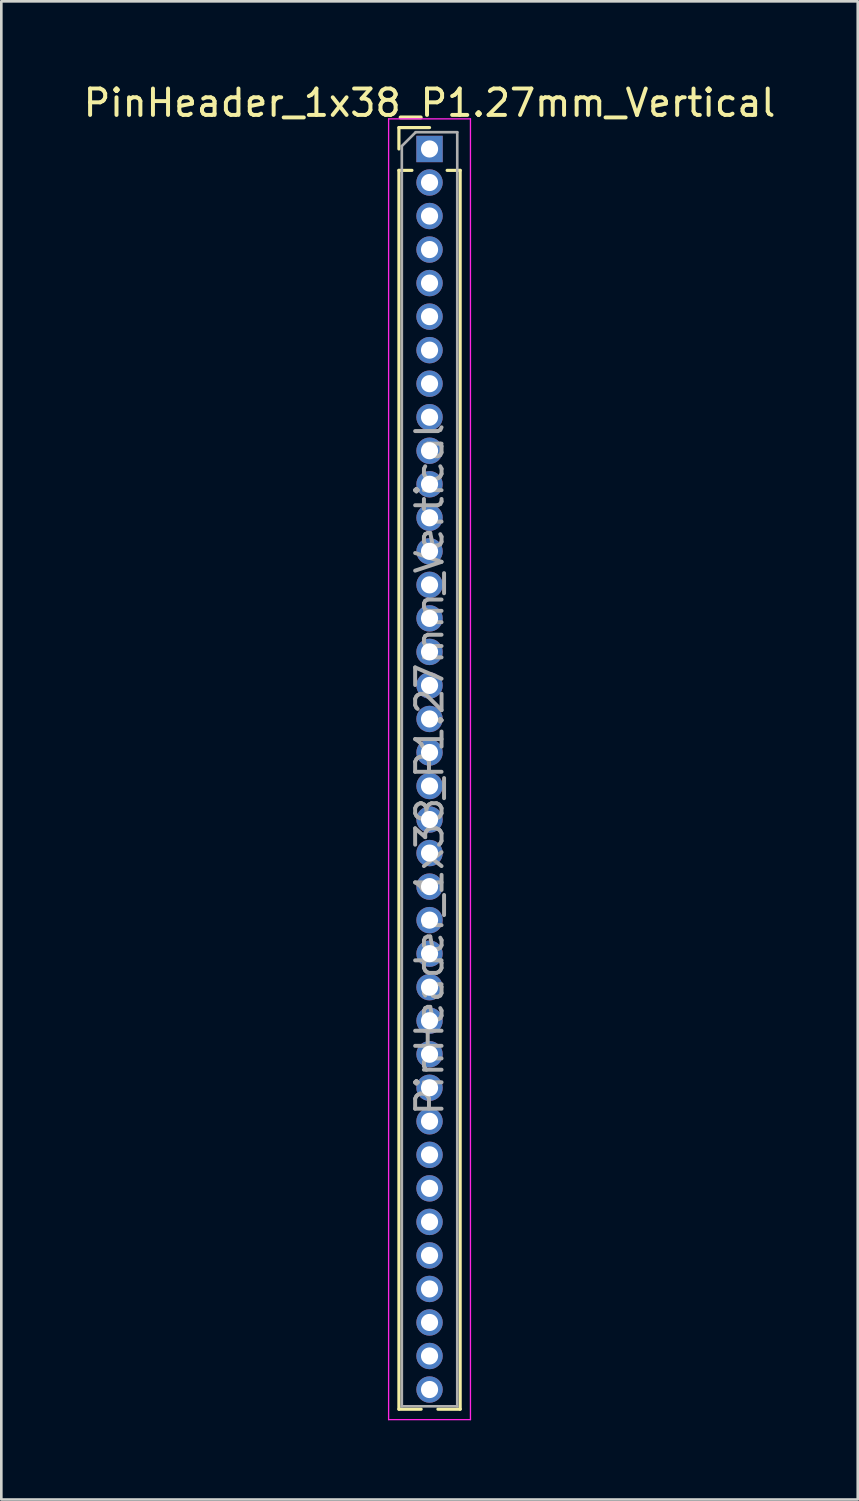
<source format=kicad_pcb>
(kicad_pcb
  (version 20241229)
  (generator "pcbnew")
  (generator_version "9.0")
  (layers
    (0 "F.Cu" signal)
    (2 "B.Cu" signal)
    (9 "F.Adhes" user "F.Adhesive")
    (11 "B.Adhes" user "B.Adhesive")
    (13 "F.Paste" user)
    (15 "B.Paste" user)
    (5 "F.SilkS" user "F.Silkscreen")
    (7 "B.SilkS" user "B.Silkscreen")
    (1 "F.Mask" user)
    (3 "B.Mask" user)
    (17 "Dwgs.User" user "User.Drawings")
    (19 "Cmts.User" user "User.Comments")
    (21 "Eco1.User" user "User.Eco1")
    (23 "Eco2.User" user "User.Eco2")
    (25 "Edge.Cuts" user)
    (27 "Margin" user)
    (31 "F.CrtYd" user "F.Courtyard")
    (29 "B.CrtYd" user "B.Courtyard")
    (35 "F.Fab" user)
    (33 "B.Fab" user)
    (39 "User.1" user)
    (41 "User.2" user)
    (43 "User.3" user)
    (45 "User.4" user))
  (footprint "PinHeader_1x38_P1.27mm_Vertical"
    (layer "F.Cu")
    (at 13.22 2.593)
    (property "Reference" "PinHeader_1x38_P1.27mm_Vertical" (at 0 -1.745 0) (layer "F.SilkS") (effects (font (size 1 1) (thickness 0.15))))
    (attr through_hole)
    (fp_line (start -1.16 -0.81) (end 0 -0.81) (stroke (width 0.12) (type solid)) (layer "F.SilkS"))
    (fp_line (start -1.16 0) (end -1.16 -0.81) (stroke (width 0.12) (type solid)) (layer "F.SilkS"))
    (fp_line (start -1.16 0.81) (end -1.16 47.735) (stroke (width 0.12) (type solid)) (layer "F.SilkS"))
    (fp_line (start -1.16 0.81) (end -0.667 0.81) (stroke (width 0.12) (type solid)) (layer "F.SilkS"))
    (fp_line (start -1.16 47.735) (end -0.318 47.735) (stroke (width 0.12) (type solid)) (layer "F.SilkS"))
    (fp_line (start 0.318 47.735) (end 1.16 47.735) (stroke (width 0.12) (type solid)) (layer "F.SilkS"))
    (fp_line (start 0.667 0.81) (end 1.16 0.81) (stroke (width 0.12) (type solid)) (layer "F.SilkS"))
    (fp_line (start 1.16 0.81) (end 1.16 47.735) (stroke (width 0.12) (type solid)) (layer "F.SilkS"))
    (fp_line (start -1.55 -1.14) (end -1.55 48.13) (stroke (width 0.05) (type solid)) (layer "F.CrtYd"))
    (fp_line (start -1.55 48.13) (end 1.55 48.13) (stroke (width 0.05) (type solid)) (layer "F.CrtYd"))
    (fp_line (start 1.55 -1.14) (end -1.55 -1.14) (stroke (width 0.05) (type solid)) (layer "F.CrtYd"))
    (fp_line (start 1.55 48.13) (end 1.55 -1.14) (stroke (width 0.05) (type solid)) (layer "F.CrtYd"))
    (fp_line (start -1.05 -0.11) (end -0.525 -0.635) (stroke (width 0.1) (type solid)) (layer "F.Fab"))
    (fp_line (start -1.05 47.625) (end -1.05 -0.11) (stroke (width 0.1) (type solid)) (layer "F.Fab"))
    (fp_line (start -0.525 -0.635) (end 1.05 -0.635) (stroke (width 0.1) (type solid)) (layer "F.Fab"))
    (fp_line (start 1.05 -0.635) (end 1.05 47.625) (stroke (width 0.1) (type solid)) (layer "F.Fab"))
    (fp_line (start 1.05 47.625) (end -1.05 47.625) (stroke (width 0.1) (type solid)) (layer "F.Fab"))
    (fp_text user "${REFERENCE}" (at 0 23.495 90) (layer "F.Fab") (effects (font (size 1 1) (thickness 0.15))))
    (pad "1" thru_hole rect (at 0 0) (size 1 1) (drill 0.65) (layers "*.Cu" "*.Mask"))
    (pad "2" thru_hole circle (at 0 1.27) (size 1 1) (drill 0.65) (layers "*.Cu" "*.Mask"))
    (pad "3" thru_hole circle (at 0 2.54) (size 1 1) (drill 0.65) (layers "*.Cu" "*.Mask"))
    (pad "4" thru_hole circle (at 0 3.81) (size 1 1) (drill 0.65) (layers "*.Cu" "*.Mask"))
    (pad "5" thru_hole circle (at 0 5.08) (size 1 1) (drill 0.65) (layers "*.Cu" "*.Mask"))
    (pad "6" thru_hole circle (at 0 6.35) (size 1 1) (drill 0.65) (layers "*.Cu" "*.Mask"))
    (pad "7" thru_hole circle (at 0 7.62) (size 1 1) (drill 0.65) (layers "*.Cu" "*.Mask"))
    (pad "8" thru_hole circle (at 0 8.89) (size 1 1) (drill 0.65) (layers "*.Cu" "*.Mask"))
    (pad "9" thru_hole circle (at 0 10.16) (size 1 1) (drill 0.65) (layers "*.Cu" "*.Mask"))
    (pad "10" thru_hole circle (at 0 11.43) (size 1 1) (drill 0.65) (layers "*.Cu" "*.Mask"))
    (pad "11" thru_hole circle (at 0 12.7) (size 1 1) (drill 0.65) (layers "*.Cu" "*.Mask"))
    (pad "12" thru_hole circle (at 0 13.97) (size 1 1) (drill 0.65) (layers "*.Cu" "*.Mask"))
    (pad "13" thru_hole circle (at 0 15.24) (size 1 1) (drill 0.65) (layers "*.Cu" "*.Mask"))
    (pad "14" thru_hole circle (at 0 16.51) (size 1 1) (drill 0.65) (layers "*.Cu" "*.Mask"))
    (pad "15" thru_hole circle (at 0 17.78) (size 1 1) (drill 0.65) (layers "*.Cu" "*.Mask"))
    (pad "16" thru_hole circle (at 0 19.05) (size 1 1) (drill 0.65) (layers "*.Cu" "*.Mask"))
    (pad "17" thru_hole circle (at 0 20.32) (size 1 1) (drill 0.65) (layers "*.Cu" "*.Mask"))
    (pad "18" thru_hole circle (at 0 21.59) (size 1 1) (drill 0.65) (layers "*.Cu" "*.Mask"))
    (pad "19" thru_hole circle (at 0 22.86) (size 1 1) (drill 0.65) (layers "*.Cu" "*.Mask"))
    (pad "20" thru_hole circle (at 0 24.13) (size 1 1) (drill 0.65) (layers "*.Cu" "*.Mask"))
    (pad "21" thru_hole circle (at 0 25.4) (size 1 1) (drill 0.65) (layers "*.Cu" "*.Mask"))
    (pad "22" thru_hole circle (at 0 26.67) (size 1 1) (drill 0.65) (layers "*.Cu" "*.Mask"))
    (pad "23" thru_hole circle (at 0 27.94) (size 1 1) (drill 0.65) (layers "*.Cu" "*.Mask"))
    (pad "24" thru_hole circle (at 0 29.21) (size 1 1) (drill 0.65) (layers "*.Cu" "*.Mask"))
    (pad "25" thru_hole circle (at 0 30.48) (size 1 1) (drill 0.65) (layers "*.Cu" "*.Mask"))
    (pad "26" thru_hole circle (at 0 31.75) (size 1 1) (drill 0.65) (layers "*.Cu" "*.Mask"))
    (pad "27" thru_hole circle (at 0 33.02) (size 1 1) (drill 0.65) (layers "*.Cu" "*.Mask"))
    (pad "28" thru_hole circle (at 0 34.29) (size 1 1) (drill 0.65) (layers "*.Cu" "*.Mask"))
    (pad "29" thru_hole circle (at 0 35.56) (size 1 1) (drill 0.65) (layers "*.Cu" "*.Mask"))
    (pad "30" thru_hole circle (at 0 36.83) (size 1 1) (drill 0.65) (layers "*.Cu" "*.Mask"))
    (pad "31" thru_hole circle (at 0 38.1) (size 1 1) (drill 0.65) (layers "*.Cu" "*.Mask"))
    (pad "32" thru_hole circle (at 0 39.37) (size 1 1) (drill 0.65) (layers "*.Cu" "*.Mask"))
    (pad "33" thru_hole circle (at 0 40.64) (size 1 1) (drill 0.65) (layers "*.Cu" "*.Mask"))
    (pad "34" thru_hole circle (at 0 41.91) (size 1 1) (drill 0.65) (layers "*.Cu" "*.Mask"))
    (pad "35" thru_hole circle (at 0 43.18) (size 1 1) (drill 0.65) (layers "*.Cu" "*.Mask"))
    (pad "36" thru_hole circle (at 0 44.45) (size 1 1) (drill 0.65) (layers "*.Cu" "*.Mask"))
    (pad "37" thru_hole circle (at 0 45.72) (size 1 1) (drill 0.65) (layers "*.Cu" "*.Mask"))
    (pad "38" thru_hole circle (at 0 46.99) (size 1 1) (drill 0.65) (layers "*.Cu" "*.Mask")))
  (gr_rect
    (start -3 -3)
    (end 29.44 53.748)
    (stroke (width 0.1) (type default))
    (fill no)
    (layer "Edge.Cuts")))
</source>
